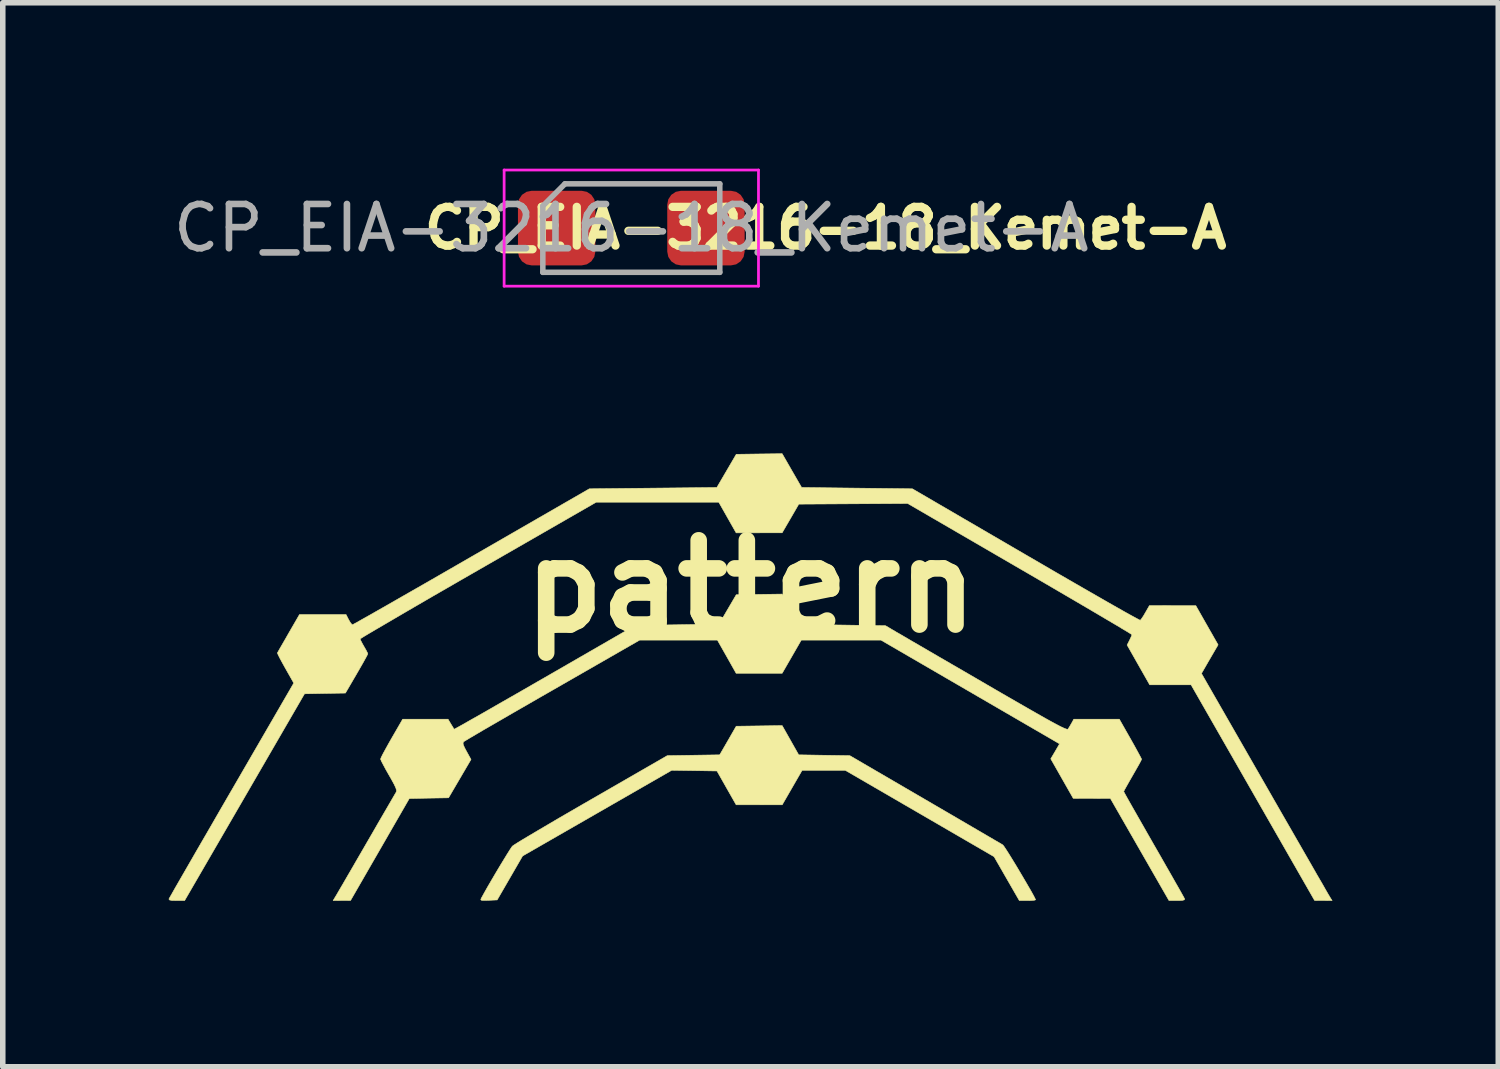
<source format=kicad_pcb>
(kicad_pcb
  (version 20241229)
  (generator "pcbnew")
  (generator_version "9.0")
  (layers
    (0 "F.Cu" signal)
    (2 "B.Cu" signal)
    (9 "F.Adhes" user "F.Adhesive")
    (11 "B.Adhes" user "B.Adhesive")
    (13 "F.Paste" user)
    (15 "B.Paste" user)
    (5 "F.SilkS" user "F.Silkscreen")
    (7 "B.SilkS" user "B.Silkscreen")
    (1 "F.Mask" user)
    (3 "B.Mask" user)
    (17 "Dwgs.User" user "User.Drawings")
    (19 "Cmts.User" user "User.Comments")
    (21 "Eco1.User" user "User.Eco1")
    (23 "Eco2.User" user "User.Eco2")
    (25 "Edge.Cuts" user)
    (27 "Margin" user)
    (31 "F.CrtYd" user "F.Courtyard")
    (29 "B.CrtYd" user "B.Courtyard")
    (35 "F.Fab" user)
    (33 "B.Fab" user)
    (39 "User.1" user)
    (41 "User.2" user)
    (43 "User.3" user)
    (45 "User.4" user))
  (footprint "pattern"
    (layer "F.Cu")
    (at 10.529 7.556)
    (property "Reference" "pattern" (at 0 0 0) (layer "F.SilkS") (effects (font (size 1.524 1.524) (thickness 0.3))))
    (attr through_hole)
    (fp_poly (pts (xy 0.865 3.045) (xy 1.327 3.053) (xy 1.79 3.06) (xy 3.152 3.854) (xy 3.382 3.988) (xy 3.602 4.116) (xy 3.807 4.236) (xy 3.994 4.345) (xy 4.16 4.442) (xy 4.302 4.525) (xy 4.415 4.591) (xy 4.498 4.639) (xy 4.545 4.667) (xy 4.556 4.674) (xy 4.576 4.698) (xy 4.614 4.755) (xy 4.668 4.839) (xy 4.732 4.943) (xy 4.803 5.059) (xy 4.876 5.182) (xy 4.948 5.304) (xy 5.015 5.419) (xy 5.073 5.519) (xy 5.117 5.599) (xy 5.143 5.651) (xy 5.149 5.667) (xy 5.128 5.674) (xy 5.073 5.679) (xy 5.002 5.68) (xy 4.855 5.68) (xy 4.627 5.284) (xy 4.399 4.887) (xy 3.054 4.106) (xy 1.708 3.325) (xy 0.927 3.325) (xy 0.747 3.637) (xy 0.567 3.949) (xy 0.151 3.948) (xy -0.266 3.948) (xy -0.44 3.642) (xy -0.613 3.337) (xy -1.022 3.33) (xy -1.431 3.324) (xy -2.779 4.099) (xy -4.128 4.874) (xy -4.588 5.669) (xy -4.743 5.676) (xy -4.825 5.678) (xy -4.869 5.676) (xy -4.884 5.666) (xy -4.878 5.645) (xy -4.875 5.639) (xy -4.825 5.548) (xy -4.763 5.438) (xy -4.692 5.316) (xy -4.617 5.188) (xy -4.542 5.062) (xy -4.47 4.944) (xy -4.407 4.841) (xy -4.356 4.76) (xy -4.322 4.709) (xy -4.311 4.695) (xy -4.282 4.675) (xy -4.218 4.634) (xy -4.12 4.574) (xy -3.992 4.498) (xy -3.837 4.406) (xy -3.66 4.302) (xy -3.463 4.186) (xy -3.249 4.062) (xy -3.023 3.931) (xy -2.886 3.852) (xy -1.512 3.06) (xy -0.563 3.045) (xy -0.414 2.787) (xy -0.265 2.528) (xy 0.566 2.516) (xy 0.865 3.045)) (stroke (width 0.01) (type solid)) (fill yes) (layer "F.SilkS"))
    (fp_poly (pts (xy 0.742 -2.095) (xy 0.918 -1.79) (xy 1.92 -1.778) (xy 2.921 -1.766) (xy 4.972 -0.571) (xy 5.255 -0.407) (xy 5.526 -0.249) (xy 5.784 -0.1) (xy 6.025 0.039) (xy 6.248 0.167) (xy 6.448 0.282) (xy 6.624 0.382) (xy 6.772 0.466) (xy 6.891 0.532) (xy 6.978 0.579) (xy 7.029 0.606) (xy 7.043 0.612) (xy 7.064 0.586) (xy 7.1 0.533) (xy 7.135 0.473) (xy 7.208 0.346) (xy 7.627 0.347) (xy 8.047 0.347) (xy 8.174 0.571) (xy 8.235 0.678) (xy 8.297 0.787) (xy 8.351 0.881) (xy 8.375 0.924) (xy 8.45 1.055) (xy 8.299 1.314) (xy 8.149 1.574) (xy 9.297 3.575) (xy 9.458 3.856) (xy 9.613 4.126) (xy 9.761 4.383) (xy 9.899 4.623) (xy 10.026 4.844) (xy 10.141 5.044) (xy 10.241 5.219) (xy 10.327 5.366) (xy 10.394 5.484) (xy 10.443 5.569) (xy 10.472 5.617) (xy 10.478 5.628) (xy 10.512 5.68) (xy 10.353 5.679) (xy 10.195 5.678) (xy 7.961 1.778) (xy 7.213 1.778) (xy 7.009 1.419) (xy 6.805 1.059) (xy 6.848 0.974) (xy 6.875 0.917) (xy 6.891 0.878) (xy 6.892 0.872) (xy 6.872 0.858) (xy 6.816 0.823) (xy 6.724 0.768) (xy 6.601 0.694) (xy 6.448 0.604) (xy 6.269 0.498) (xy 6.065 0.378) (xy 5.84 0.246) (xy 5.597 0.104) (xy 5.337 -0.048) (xy 5.064 -0.207) (xy 4.864 -0.323) (xy 2.836 -1.501) (xy 1.851 -1.495) (xy 0.867 -1.489) (xy 0.717 -1.23) (xy 0.566 -0.971) (xy 0.15 -0.97) (xy -0.266 -0.97) (xy -0.423 -1.247) (xy -0.58 -1.524) (xy -2.797 -1.524) (xy -4.931 -0.297) (xy -5.22 -0.131) (xy -5.497 0.029) (xy -5.761 0.181) (xy -6.007 0.324) (xy -6.234 0.456) (xy -6.439 0.576) (xy -6.62 0.682) (xy -6.774 0.772) (xy -6.898 0.845) (xy -6.99 0.9) (xy -7.046 0.935) (xy -7.066 0.949) (xy -7.055 0.978) (xy -7.027 1.032) (xy -6.997 1.085) (xy -6.959 1.151) (xy -6.934 1.2) (xy -6.928 1.219) (xy -6.939 1.243) (xy -6.97 1.301) (xy -7.016 1.384) (xy -7.075 1.487) (xy -7.13 1.582) (xy -7.332 1.928) (xy -7.702 1.934) (xy -8.072 1.941) (xy -9.156 3.811) (xy -10.24 5.68) (xy -10.387 5.68) (xy -10.47 5.678) (xy -10.513 5.67) (xy -10.524 5.654) (xy -10.523 5.651) (xy -10.51 5.627) (xy -10.475 5.566) (xy -10.421 5.47) (xy -10.348 5.343) (xy -10.258 5.187) (xy -10.153 5.005) (xy -10.035 4.8) (xy -9.904 4.574) (xy -9.763 4.331) (xy -9.614 4.072) (xy -9.457 3.801) (xy -9.389 3.684) (xy -8.266 1.747) (xy -8.417 1.481) (xy -8.472 1.382) (xy -8.518 1.297) (xy -8.549 1.235) (xy -8.562 1.203) (xy -8.562 1.201) (xy -8.548 1.177) (xy -8.516 1.12) (xy -8.468 1.037) (xy -8.409 0.935) (xy -8.359 0.847) (xy -8.163 0.508) (xy -7.742 0.508) (xy -7.321 0.508) (xy -7.274 0.6) (xy -7.241 0.656) (xy -7.213 0.689) (xy -7.205 0.693) (xy -7.183 0.681) (xy -7.123 0.649) (xy -7.029 0.595) (xy -6.902 0.524) (xy -6.746 0.435) (xy -6.563 0.331) (xy -6.356 0.212) (xy -6.127 0.081) (xy -5.879 -0.061) (xy -5.615 -0.213) (xy -5.337 -0.373) (xy -5.053 -0.537) (xy -2.921 -1.766) (xy -1.768 -1.778) (xy -0.615 -1.79) (xy -0.264 -2.39) (xy 0.151 -2.396) (xy 0.566 -2.401) (xy 0.742 -2.095)) (stroke (width 0.01) (type solid)) (fill yes) (layer "F.SilkS"))
    (fp_poly (pts (xy 0.722 0.412) (xy 0.879 0.686) (xy 1.658 0.698) (xy 2.436 0.71) (xy 2.632 0.826) (xy 2.685 0.856) (xy 2.774 0.908) (xy 2.895 0.979) (xy 3.045 1.066) (xy 3.22 1.168) (xy 3.416 1.282) (xy 3.63 1.406) (xy 3.858 1.538) (xy 4.095 1.676) (xy 4.27 1.778) (xy 4.549 1.94) (xy 4.792 2.08) (xy 4.999 2.199) (xy 5.174 2.299) (xy 5.32 2.382) (xy 5.439 2.448) (xy 5.534 2.499) (xy 5.607 2.537) (xy 5.661 2.562) (xy 5.699 2.577) (xy 5.722 2.583) (xy 5.735 2.581) (xy 5.736 2.579) (xy 5.765 2.534) (xy 5.799 2.475) (xy 5.801 2.472) (xy 5.84 2.401) (xy 6.664 2.401) (xy 6.865 2.755) (xy 6.93 2.87) (xy 6.986 2.972) (xy 7.03 3.053) (xy 7.058 3.106) (xy 7.066 3.125) (xy 7.055 3.15) (xy 7.025 3.207) (xy 6.979 3.288) (xy 6.923 3.386) (xy 6.904 3.419) (xy 6.846 3.52) (xy 6.797 3.607) (xy 6.761 3.671) (xy 6.744 3.705) (xy 6.743 3.708) (xy 6.754 3.73) (xy 6.786 3.788) (xy 6.836 3.878) (xy 6.903 3.996) (xy 6.984 4.138) (xy 7.077 4.301) (xy 7.179 4.48) (xy 7.287 4.669) (xy 7.397 4.86) (xy 7.5 5.041) (xy 7.594 5.205) (xy 7.676 5.35) (xy 7.745 5.47) (xy 7.797 5.563) (xy 7.831 5.624) (xy 7.844 5.649) (xy 7.841 5.666) (xy 7.809 5.676) (xy 7.742 5.68) (xy 7.709 5.68) (xy 7.562 5.68) (xy 7.032 4.757) (xy 6.502 3.833) (xy 6.166 3.832) (xy 5.83 3.831) (xy 5.627 3.474) (xy 5.424 3.117) (xy 5.504 2.982) (xy 5.583 2.846) (xy 2.353 0.97) (xy 0.912 0.97) (xy 0.739 1.27) (xy 0.566 1.57) (xy 0.15 1.57) (xy -0.266 1.57) (xy -0.435 1.27) (xy -0.605 0.97) (xy -2.011 0.97) (xy -3.586 1.874) (xy -3.834 2.016) (xy -4.071 2.153) (xy -4.294 2.281) (xy -4.499 2.4) (xy -4.684 2.507) (xy -4.845 2.6) (xy -4.979 2.679) (xy -5.083 2.74) (xy -5.154 2.783) (xy -5.189 2.804) (xy -5.192 2.807) (xy -5.205 2.828) (xy -5.201 2.862) (xy -5.177 2.917) (xy -5.142 2.982) (xy -5.061 3.129) (xy -5.467 3.822) (xy -5.822 3.828) (xy -6.177 3.835) (xy -7.239 5.678) (xy -7.554 5.68) (xy -7.509 5.605) (xy -7.488 5.57) (xy -7.447 5.499) (xy -7.387 5.397) (xy -7.313 5.269) (xy -7.225 5.118) (xy -7.128 4.95) (xy -7.023 4.769) (xy -6.949 4.641) (xy -6.841 4.455) (xy -6.741 4.281) (xy -6.649 4.123) (xy -6.568 3.984) (xy -6.502 3.87) (xy -6.452 3.784) (xy -6.421 3.731) (xy -6.412 3.715) (xy -6.408 3.689) (xy -6.42 3.645) (xy -6.451 3.578) (xy -6.504 3.481) (xy -6.543 3.413) (xy -6.6 3.313) (xy -6.647 3.225) (xy -6.681 3.16) (xy -6.696 3.123) (xy -6.696 3.121) (xy -6.685 3.092) (xy -6.655 3.031) (xy -6.608 2.945) (xy -6.55 2.84) (xy -6.497 2.747) (xy -6.297 2.401) (xy -5.476 2.401) (xy -5.424 2.488) (xy -5.391 2.542) (xy -5.37 2.577) (xy -5.367 2.582) (xy -5.346 2.572) (xy -5.289 2.541) (xy -5.197 2.49) (xy -5.075 2.42) (xy -4.924 2.335) (xy -4.749 2.235) (xy -4.551 2.121) (xy -4.334 1.997) (xy -4.1 1.863) (xy -3.854 1.721) (xy -3.725 1.647) (xy -2.09 0.704) (xy -1.333 0.693) (xy -0.575 0.681) (xy -0.42 0.416) (xy -0.264 0.15) (xy 0.566 0.138) (xy 0.722 0.412)) (stroke (width 0.01) (type solid)) (fill yes) (layer "F.SilkS")))
  (footprint "CP_EIA-3216-18_Kemet-A"
    (layer "F.Cu")
    (at 8.367 1.075)
    (property "Reference" "CP_EIA-3216-18_Kemet-A" (at 3.514 0 180) (layer "F.SilkS") (effects (font (size 0.7 0.7) (thickness 0.15))))
    (attr smd)
    (fp_line (start -2.3 -1.05) (end 2.3 -1.05) (stroke (width 0.05) (type solid)) (layer "F.CrtYd"))
    (fp_line (start -2.3 1.05) (end -2.3 -1.05) (stroke (width 0.05) (type solid)) (layer "F.CrtYd"))
    (fp_line (start 2.3 -1.05) (end 2.3 1.05) (stroke (width 0.05) (type solid)) (layer "F.CrtYd"))
    (fp_line (start 2.3 1.05) (end -2.3 1.05) (stroke (width 0.05) (type solid)) (layer "F.CrtYd"))
    (fp_line (start -1.6 -0.4) (end -1.6 0.8) (stroke (width 0.1) (type solid)) (layer "F.Fab"))
    (fp_line (start -1.6 0.8) (end 1.6 0.8) (stroke (width 0.1) (type solid)) (layer "F.Fab"))
    (fp_line (start -1.2 -0.8) (end -1.6 -0.4) (stroke (width 0.1) (type solid)) (layer "F.Fab"))
    (fp_line (start 1.6 -0.8) (end -1.2 -0.8) (stroke (width 0.1) (type solid)) (layer "F.Fab"))
    (fp_line (start 1.6 0.8) (end 1.6 -0.8) (stroke (width 0.1) (type solid)) (layer "F.Fab"))
    (fp_text user "${REFERENCE}" (at 0 0 180) (layer "F.Fab") (effects (font (size 0.8 0.8) (thickness 0.12))))
    (pad "1" smd roundrect (at -1.35 0) (size 1.4 1.35) (layers "F.Cu" "F.Mask" "F.Paste") (roundrect_rratio 0.185))
    (pad "2" smd roundrect (at 1.35 0) (size 1.4 1.35) (layers "F.Cu" "F.Mask" "F.Paste") (roundrect_rratio 0.185)))
  (gr_rect
    (start -3 -3)
    (end 24.046 16.242)
    (stroke (width 0.1) (type default))
    (fill no)
    (layer "Edge.Cuts")))
</source>
